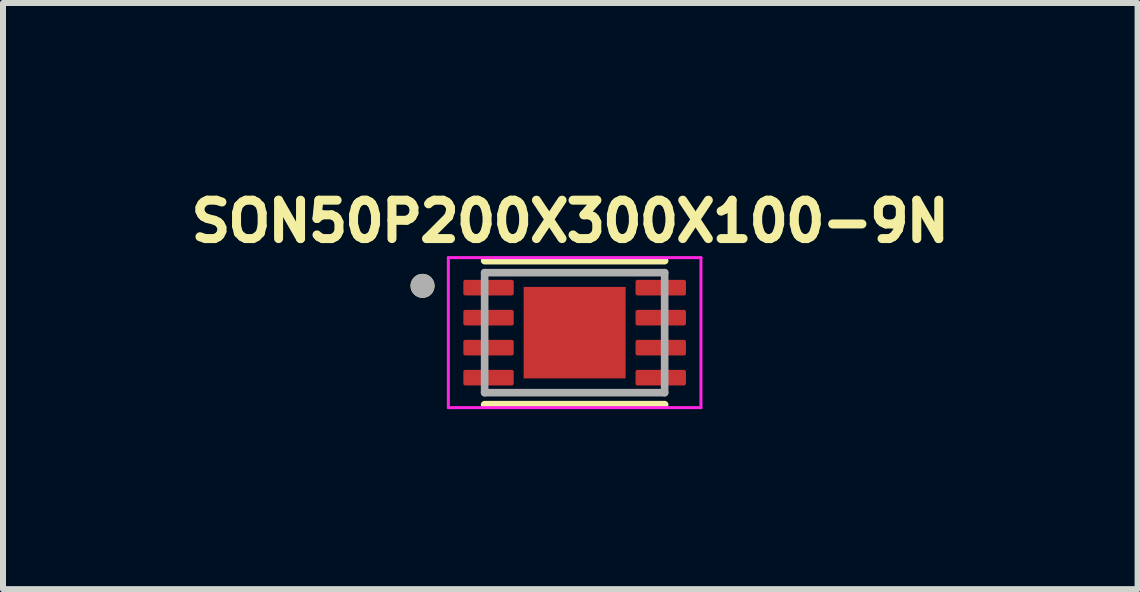
<source format=kicad_pcb>
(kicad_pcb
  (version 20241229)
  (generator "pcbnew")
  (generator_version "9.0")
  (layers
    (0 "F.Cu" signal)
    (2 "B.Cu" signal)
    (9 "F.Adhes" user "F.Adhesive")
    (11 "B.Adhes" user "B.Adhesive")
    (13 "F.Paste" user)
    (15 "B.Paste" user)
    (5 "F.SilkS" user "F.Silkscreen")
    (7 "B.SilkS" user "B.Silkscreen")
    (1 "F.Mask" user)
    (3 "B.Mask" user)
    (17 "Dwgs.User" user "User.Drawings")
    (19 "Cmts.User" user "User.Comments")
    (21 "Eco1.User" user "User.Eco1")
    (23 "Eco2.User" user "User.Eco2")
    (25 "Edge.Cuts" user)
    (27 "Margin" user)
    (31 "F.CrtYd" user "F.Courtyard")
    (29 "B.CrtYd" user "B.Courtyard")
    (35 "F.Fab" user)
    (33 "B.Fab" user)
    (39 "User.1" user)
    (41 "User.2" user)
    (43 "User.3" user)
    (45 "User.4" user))
  (footprint "SON50P200X300X100-9N"
    (layer "F.Cu")
    (at 6.527 2.494)
    (property "Reference" "SON50P200X300X100-9N" (at -0.073 -1.856 0) (layer "F.SilkS") (effects (font (size 0.64 0.64) (thickness 0.15))))
    (attr smd)
    (fp_line (start -1.5 -1.2) (end 1.5 -1.2) (stroke (width 0.127) (type solid)) (layer "F.SilkS"))
    (fp_line (start -1.5 1.2) (end 1.5 1.2) (stroke (width 0.127) (type solid)) (layer "F.SilkS"))
    (fp_circle (center -2.535 -0.78) (end -2.435 -0.78) (stroke (width 0.2) (type solid)) (fill no) (layer "F.SilkS"))
    (fp_poly (pts (xy -0.538 -0.482) (xy 0.538 -0.482) (xy 0.538 0.482) (xy -0.538 0.482)) (stroke (width 0.01) (type solid)) (fill yes) (layer "F.Paste"))
    (fp_line (start -2.105 -1.25) (end -2.105 1.25) (stroke (width 0.05) (type solid)) (layer "F.CrtYd"))
    (fp_line (start -2.105 1.25) (end 2.105 1.25) (stroke (width 0.05) (type solid)) (layer "F.CrtYd"))
    (fp_line (start 2.105 -1.25) (end -2.105 -1.25) (stroke (width 0.05) (type solid)) (layer "F.CrtYd"))
    (fp_line (start 2.105 1.25) (end 2.105 -1.25) (stroke (width 0.05) (type solid)) (layer "F.CrtYd"))
    (fp_line (start -1.5 -1) (end -1.5 1) (stroke (width 0.127) (type solid)) (layer "F.Fab"))
    (fp_line (start -1.5 -1) (end 1.5 -1) (stroke (width 0.127) (type solid)) (layer "F.Fab"))
    (fp_line (start -1.5 1) (end 1.5 1) (stroke (width 0.127) (type solid)) (layer "F.Fab"))
    (fp_line (start 1.5 -1) (end 1.5 1) (stroke (width 0.127) (type solid)) (layer "F.Fab"))
    (fp_circle (center -2.535 -0.78) (end -2.435 -0.78) (stroke (width 0.2) (type solid)) (fill no) (layer "F.Fab"))
    (pad "1" smd roundrect (at -1.435 -0.75) (size 0.84 0.26) (layers "F.Cu" "F.Mask" "F.Paste") (roundrect_rratio 0.125))
    (pad "2" smd roundrect (at -1.435 -0.25) (size 0.84 0.26) (layers "F.Cu" "F.Mask" "F.Paste") (roundrect_rratio 0.125))
    (pad "3" smd roundrect (at -1.435 0.25) (size 0.84 0.26) (layers "F.Cu" "F.Mask" "F.Paste") (roundrect_rratio 0.125))
    (pad "4" smd roundrect (at -1.435 0.75) (size 0.84 0.26) (layers "F.Cu" "F.Mask" "F.Paste") (roundrect_rratio 0.125))
    (pad "5" smd roundrect (at 1.435 0.75) (size 0.84 0.26) (layers "F.Cu" "F.Mask" "F.Paste") (roundrect_rratio 0.125))
    (pad "6" smd roundrect (at 1.435 0.25) (size 0.84 0.26) (layers "F.Cu" "F.Mask" "F.Paste") (roundrect_rratio 0.125))
    (pad "7" smd roundrect (at 1.435 -0.25) (size 0.84 0.26) (layers "F.Cu" "F.Mask" "F.Paste") (roundrect_rratio 0.125))
    (pad "8" smd roundrect (at 1.435 -0.75) (size 0.84 0.26) (layers "F.Cu" "F.Mask" "F.Paste") (roundrect_rratio 0.125))
    (pad "9" smd rect (at 0 0) (size 1.7 1.525) (layers "F.Cu" "F.Mask")))
  (gr_rect
    (start -3 -3)
    (end 15.909 6.769)
    (stroke (width 0.1) (type default))
    (fill no)
    (layer "Edge.Cuts")))
</source>
